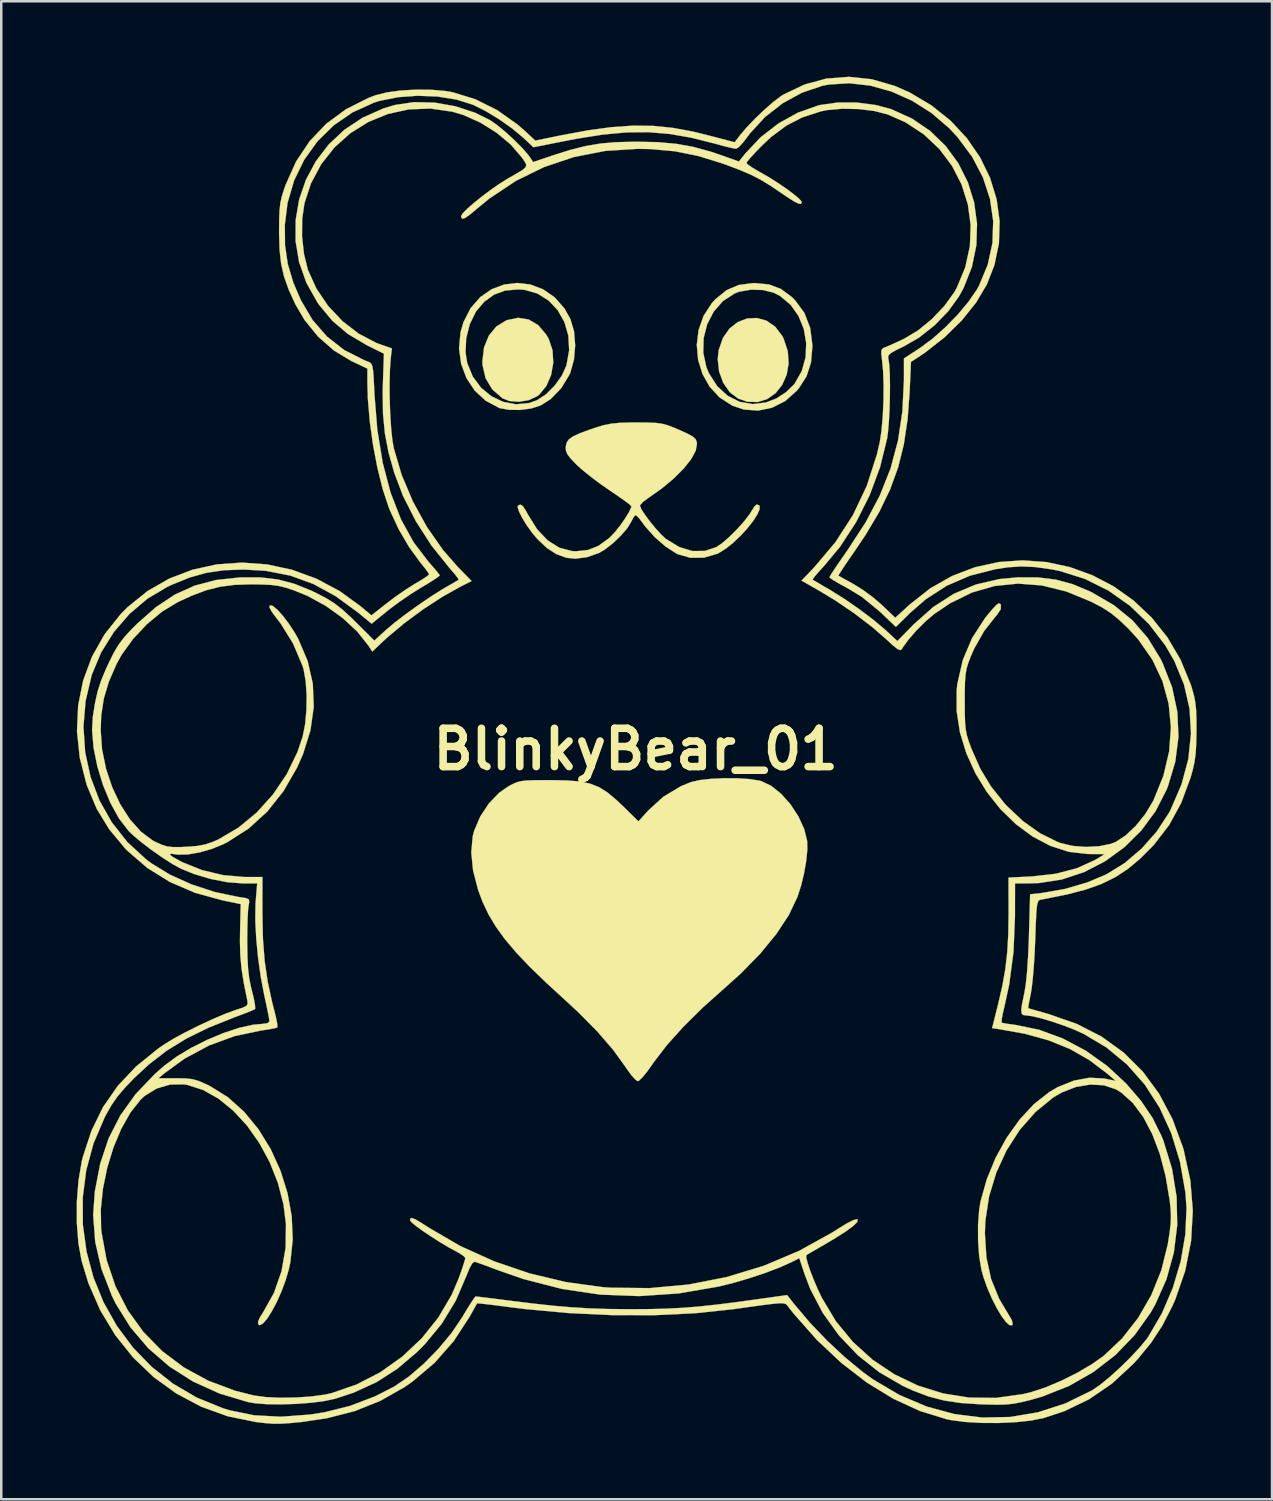
<source format=kicad_pcb>
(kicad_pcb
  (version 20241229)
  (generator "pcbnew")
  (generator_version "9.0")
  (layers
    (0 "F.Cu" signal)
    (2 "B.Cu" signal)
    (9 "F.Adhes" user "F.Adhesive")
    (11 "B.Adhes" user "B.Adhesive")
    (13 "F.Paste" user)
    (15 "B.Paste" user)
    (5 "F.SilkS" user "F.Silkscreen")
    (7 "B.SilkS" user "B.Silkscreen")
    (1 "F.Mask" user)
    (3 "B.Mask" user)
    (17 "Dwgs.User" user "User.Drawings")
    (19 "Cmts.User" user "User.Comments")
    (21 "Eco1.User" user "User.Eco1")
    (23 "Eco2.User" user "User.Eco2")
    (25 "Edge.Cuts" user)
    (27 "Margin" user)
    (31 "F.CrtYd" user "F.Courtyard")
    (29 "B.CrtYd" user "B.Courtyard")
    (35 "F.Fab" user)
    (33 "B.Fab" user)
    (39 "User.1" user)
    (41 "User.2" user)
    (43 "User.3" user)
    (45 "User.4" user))
  (footprint "BlinkyBear_01"
    (layer "F.Cu")
    (at 22.228 26.745)
    (property "Reference" "BlinkyBear_01" (at 0 0 0) (layer "F.SilkS") (effects (font (size 1.524 1.524) (thickness 0.3))))
    (attr through_hole)
    (fp_poly (pts (xy 5.201 -17.044) (xy 5.546 -16.806) (xy 5.83 -16.433) (xy 5.888 -16.318) (xy 6.05 -15.822) (xy 6.083 -15.338) (xy 6.003 -14.887) (xy 5.825 -14.488) (xy 5.565 -14.162) (xy 5.237 -13.929) (xy 4.857 -13.808) (xy 4.441 -13.819) (xy 4.077 -13.944) (xy 3.74 -14.199) (xy 3.482 -14.571) (xy 3.318 -15.022) (xy 3.263 -15.513) (xy 3.301 -15.87) (xy 3.468 -16.353) (xy 3.729 -16.727) (xy 4.059 -16.987) (xy 4.432 -17.13) (xy 4.821 -17.15) (xy 5.201 -17.044)) (stroke (width 0.01) (type solid)) (fill yes) (layer "F.SilkS"))
    (fp_poly (pts (xy -4.253 -17.089) (xy -3.876 -16.865) (xy -3.557 -16.489) (xy -3.454 -16.309) (xy -3.305 -15.859) (xy -3.277 -15.37) (xy -3.362 -14.886) (xy -3.549 -14.45) (xy -3.831 -14.106) (xy -3.915 -14.04) (xy -4.247 -13.884) (xy -4.636 -13.818) (xy -5.016 -13.846) (xy -5.292 -13.953) (xy -5.7 -14.307) (xy -5.968 -14.753) (xy -6.09 -15.276) (xy -6.096 -15.436) (xy -6.029 -15.982) (xy -5.838 -16.45) (xy -5.536 -16.817) (xy -5.136 -17.059) (xy -5.127 -17.063) (xy -4.674 -17.157) (xy -4.253 -17.089)) (stroke (width 0.01) (type solid)) (fill yes) (layer "F.SilkS"))
    (fp_poly (pts (xy -4.182 -18.48) (xy -3.679 -18.289) (xy -3.221 -17.972) (xy -2.83 -17.526) (xy -2.595 -17.107) (xy -2.452 -16.624) (xy -2.405 -16.066) (xy -2.453 -15.498) (xy -2.596 -14.983) (xy -2.635 -14.894) (xy -2.963 -14.355) (xy -3.381 -13.925) (xy -3.776 -13.673) (xy -4.142 -13.554) (xy -4.584 -13.494) (xy -5.028 -13.496) (xy -5.4 -13.564) (xy -5.428 -13.574) (xy -5.962 -13.858) (xy -6.4 -14.262) (xy -6.729 -14.761) (xy -6.941 -15.329) (xy -7.001 -15.773) (xy -6.765 -15.773) (xy -6.697 -15.354) (xy -6.478 -14.821) (xy -6.149 -14.377) (xy -5.735 -14.036) (xy -5.261 -13.812) (xy -4.754 -13.718) (xy -4.239 -13.769) (xy -3.934 -13.875) (xy -3.572 -14.11) (xy -3.224 -14.456) (xy -2.934 -14.861) (xy -2.751 -15.268) (xy -2.645 -15.869) (xy -2.678 -16.45) (xy -2.834 -16.987) (xy -3.1 -17.459) (xy -3.463 -17.845) (xy -3.908 -18.123) (xy -4.421 -18.269) (xy -4.681 -18.287) (xy -5.197 -18.239) (xy -5.63 -18.078) (xy -6.02 -17.798) (xy -6.354 -17.402) (xy -6.598 -16.901) (xy -6.739 -16.342) (xy -6.765 -15.773) (xy -7.001 -15.773) (xy -7.024 -15.94) (xy -6.967 -16.57) (xy -6.848 -16.984) (xy -6.561 -17.544) (xy -6.18 -17.98) (xy -5.729 -18.293) (xy -5.23 -18.481) (xy -4.707 -18.543) (xy -4.182 -18.48)) (stroke (width 0.01) (type solid)) (fill yes) (layer "F.SilkS"))
    (fp_poly (pts (xy 5.302 -18.484) (xy 5.775 -18.306) (xy 6.207 -17.986) (xy 6.338 -17.857) (xy 6.711 -17.349) (xy 6.941 -16.752) (xy 7.027 -16.073) (xy 7.027 -16.014) (xy 6.972 -15.378) (xy 6.797 -14.837) (xy 6.49 -14.354) (xy 6.41 -14.259) (xy 5.949 -13.848) (xy 5.428 -13.583) (xy 4.872 -13.468) (xy 4.304 -13.509) (xy 3.849 -13.662) (xy 3.342 -13.985) (xy 2.943 -14.416) (xy 2.655 -14.927) (xy 2.482 -15.492) (xy 2.458 -15.768) (xy 2.688 -15.768) (xy 2.811 -15.197) (xy 2.915 -14.948) (xy 3.244 -14.437) (xy 3.656 -14.058) (xy 4.13 -13.818) (xy 4.645 -13.727) (xy 5.181 -13.79) (xy 5.593 -13.949) (xy 5.982 -14.201) (xy 6.299 -14.51) (xy 6.325 -14.544) (xy 6.608 -15.045) (xy 6.758 -15.593) (xy 6.781 -16.16) (xy 6.685 -16.715) (xy 6.476 -17.23) (xy 6.162 -17.675) (xy 5.748 -18.021) (xy 5.485 -18.157) (xy 5.062 -18.262) (xy 4.581 -18.275) (xy 4.124 -18.197) (xy 3.937 -18.127) (xy 3.471 -17.823) (xy 3.104 -17.404) (xy 2.844 -16.902) (xy 2.702 -16.346) (xy 2.688 -15.768) (xy 2.458 -15.768) (xy 2.43 -16.084) (xy 2.502 -16.675) (xy 2.703 -17.24) (xy 3.037 -17.751) (xy 3.177 -17.903) (xy 3.615 -18.256) (xy 4.093 -18.461) (xy 4.653 -18.537) (xy 4.741 -18.538) (xy 5.302 -18.484)) (stroke (width 0.01) (type solid)) (fill yes) (layer "F.SilkS"))
    (fp_poly (pts (xy 4.044 1.154) (xy 4.53 1.186) (xy 4.922 1.247) (xy 4.986 1.264) (xy 5.385 1.451) (xy 5.783 1.77) (xy 6.153 2.185) (xy 6.467 2.663) (xy 6.7 3.167) (xy 6.821 3.654) (xy 6.827 3.996) (xy 6.782 4.443) (xy 6.694 4.943) (xy 6.573 5.441) (xy 6.434 5.871) (xy 6.091 6.591) (xy 5.595 7.345) (xy 4.957 8.124) (xy 4.185 8.913) (xy 3.544 9.49) (xy 2.669 10.271) (xy 1.899 11.033) (xy 1.247 11.758) (xy 0.731 12.43) (xy 0.674 12.513) (xy 0.465 12.807) (xy 0.276 13.038) (xy 0.135 13.176) (xy 0.085 13.2) (xy -0.018 13.132) (xy -0.177 12.953) (xy -0.361 12.699) (xy -0.405 12.632) (xy -0.891 11.959) (xy -1.517 11.233) (xy -2.272 10.468) (xy -2.794 9.984) (xy -3.571 9.272) (xy -4.224 8.639) (xy -4.765 8.068) (xy -5.208 7.542) (xy -5.568 7.043) (xy -5.859 6.554) (xy -6.093 6.057) (xy -6.265 5.595) (xy -6.466 4.82) (xy -6.538 4.103) (xy -6.48 3.462) (xy -6.426 3.252) (xy -6.185 2.682) (xy -5.841 2.16) (xy -5.427 1.729) (xy -5.074 1.482) (xy -4.889 1.382) (xy -4.728 1.313) (xy -4.557 1.268) (xy -4.34 1.243) (xy -4.04 1.231) (xy -3.623 1.228) (xy -3.387 1.228) (xy -2.743 1.239) (xy -2.231 1.28) (xy -1.814 1.366) (xy -1.455 1.508) (xy -1.117 1.721) (xy -0.764 2.017) (xy -0.517 2.252) (xy 0.111 2.868) (xy 0.499 2.436) (xy 1.099 1.89) (xy 1.791 1.473) (xy 2.201 1.305) (xy 2.542 1.227) (xy 2.997 1.176) (xy 3.516 1.151) (xy 4.044 1.154)) (stroke (width 0.01) (type solid)) (fill yes) (layer "F.SilkS"))
    (fp_poly (pts (xy 0.482 -12.992) (xy 0.802 -12.978) (xy 1.051 -12.944) (xy 1.278 -12.883) (xy 1.532 -12.786) (xy 1.736 -12.698) (xy 2.065 -12.549) (xy 2.269 -12.437) (xy 2.379 -12.338) (xy 2.427 -12.226) (xy 2.438 -12.148) (xy 2.389 -11.872) (xy 2.207 -11.537) (xy 1.909 -11.161) (xy 1.511 -10.764) (xy 1.03 -10.364) (xy 0.488 -9.983) (xy 0.295 -9.839) (xy 0.183 -9.716) (xy 0.17 -9.682) (xy 0.223 -9.551) (xy 0.361 -9.336) (xy 0.556 -9.073) (xy 0.778 -8.801) (xy 0.996 -8.558) (xy 1.181 -8.382) (xy 1.206 -8.363) (xy 1.733 -8.042) (xy 2.255 -7.883) (xy 2.761 -7.888) (xy 3.206 -8.038) (xy 3.441 -8.197) (xy 3.733 -8.452) (xy 4.042 -8.76) (xy 4.326 -9.079) (xy 4.543 -9.365) (xy 4.617 -9.488) (xy 4.726 -9.658) (xy 4.818 -9.736) (xy 4.823 -9.737) (xy 4.93 -9.684) (xy 4.927 -9.541) (xy 4.832 -9.328) (xy 4.664 -9.067) (xy 4.438 -8.781) (xy 4.172 -8.49) (xy 3.884 -8.216) (xy 3.591 -7.981) (xy 3.311 -7.806) (xy 3.24 -7.772) (xy 2.714 -7.62) (xy 2.179 -7.614) (xy 1.681 -7.754) (xy 1.621 -7.783) (xy 1.192 -8.059) (xy 0.758 -8.436) (xy 0.382 -8.857) (xy 0.296 -8.975) (xy 0.148 -9.172) (xy 0.033 -9.294) (xy -0.001 -9.313) (xy -0.073 -9.244) (xy -0.163 -9.075) (xy -0.169 -9.061) (xy -0.327 -8.8) (xy -0.586 -8.497) (xy -0.9 -8.197) (xy -1.222 -7.944) (xy -1.455 -7.807) (xy -1.93 -7.64) (xy -2.399 -7.577) (xy -2.752 -7.613) (xy -3.161 -7.762) (xy -3.538 -8.009) (xy -3.911 -8.363) (xy -4.127 -8.62) (xy -4.333 -8.91) (xy -4.51 -9.198) (xy -4.637 -9.449) (xy -4.693 -9.626) (xy -4.681 -9.684) (xy -4.586 -9.732) (xy -4.483 -9.665) (xy -4.353 -9.464) (xy -4.285 -9.335) (xy -3.917 -8.745) (xy -3.496 -8.302) (xy -3.03 -8.012) (xy -2.526 -7.881) (xy -2.371 -7.874) (xy -1.9 -7.923) (xy -1.485 -8.086) (xy -1.073 -8.383) (xy -1.017 -8.433) (xy -0.828 -8.632) (xy -0.619 -8.894) (xy -0.422 -9.175) (xy -0.265 -9.431) (xy -0.178 -9.62) (xy -0.17 -9.664) (xy -0.236 -9.73) (xy -0.417 -9.867) (xy -0.686 -10.058) (xy -1.015 -10.281) (xy -1.037 -10.296) (xy -1.43 -10.57) (xy -1.82 -10.864) (xy -2.158 -11.14) (xy -2.355 -11.32) (xy -2.591 -11.567) (xy -2.724 -11.746) (xy -2.778 -11.897) (xy -2.778 -12.043) (xy -2.743 -12.196) (xy -2.655 -12.324) (xy -2.49 -12.442) (xy -2.223 -12.566) (xy -1.829 -12.711) (xy -1.566 -12.8) (xy -1.26 -12.891) (xy -0.965 -12.949) (xy -0.629 -12.981) (xy -0.2 -12.994) (xy 0.042 -12.995) (xy 0.482 -12.992)) (stroke (width 0.01) (type solid)) (fill yes) (layer "F.SilkS"))
    (fp_poly (pts (xy 9.385 -26.644) (xy 10.297 -26.381) (xy 10.88 -26.126) (xy 11.755 -25.61) (xy 12.521 -24.997) (xy 13.169 -24.302) (xy 13.695 -23.539) (xy 14.091 -22.725) (xy 14.353 -21.873) (xy 14.473 -21) (xy 14.446 -20.12) (xy 14.265 -19.249) (xy 13.965 -18.484) (xy 13.537 -17.763) (xy 12.968 -17.053) (xy 12.282 -16.38) (xy 11.509 -15.774) (xy 11.295 -15.63) (xy 10.948 -15.404) (xy 10.896 -14.242) (xy 10.815 -13.132) (xy 10.666 -12.133) (xy 10.437 -11.21) (xy 10.116 -10.327) (xy 9.69 -9.445) (xy 9.146 -8.53) (xy 8.681 -7.839) (xy 8.446 -7.499) (xy 8.253 -7.213) (xy 8.119 -7.007) (xy 8.062 -6.908) (xy 8.062 -6.903) (xy 8.142 -6.858) (xy 8.333 -6.751) (xy 8.599 -6.605) (xy 8.678 -6.561) (xy 9.042 -6.333) (xy 9.438 -6.041) (xy 9.782 -5.746) (xy 9.797 -5.732) (xy 10.323 -5.229) (xy 10.898 -5.755) (xy 11.716 -6.4) (xy 12.589 -6.894) (xy 13.501 -7.241) (xy 14.438 -7.445) (xy 15.386 -7.512) (xy 16.332 -7.444) (xy 17.26 -7.246) (xy 18.156 -6.923) (xy 19.006 -6.479) (xy 19.797 -5.917) (xy 20.513 -5.242) (xy 21.14 -4.458) (xy 21.664 -3.57) (xy 22.071 -2.581) (xy 22.111 -2.455) (xy 22.198 -2.15) (xy 22.255 -1.866) (xy 22.288 -1.553) (xy 22.301 -1.163) (xy 22.301 -0.72) (xy 22.291 -0.214) (xy 22.268 0.177) (xy 22.223 0.508) (xy 22.15 0.834) (xy 22.063 1.139) (xy 21.694 2.133) (xy 21.218 3.007) (xy 20.626 3.778) (xy 20.548 3.863) (xy 20.06 4.352) (xy 19.579 4.754) (xy 19.078 5.084) (xy 18.526 5.355) (xy 17.896 5.58) (xy 17.159 5.773) (xy 16.286 5.948) (xy 16.12 5.978) (xy 16.057 5.996) (xy 16.009 6.041) (xy 15.974 6.137) (xy 15.949 6.306) (xy 15.929 6.571) (xy 15.911 6.957) (xy 15.892 7.487) (xy 15.89 7.555) (xy 15.866 8.1) (xy 15.833 8.633) (xy 15.792 9.112) (xy 15.749 9.495) (xy 15.717 9.694) (xy 15.659 9.985) (xy 15.62 10.2) (xy 15.608 10.295) (xy 15.608 10.297) (xy 15.69 10.322) (xy 15.899 10.382) (xy 16.2 10.467) (xy 16.425 10.531) (xy 17.535 10.918) (xy 18.529 11.428) (xy 19.406 12.062) (xy 20.168 12.819) (xy 20.815 13.7) (xy 21.346 14.705) (xy 21.763 15.835) (xy 21.794 15.943) (xy 22.058 17.147) (xy 22.156 18.354) (xy 22.087 19.554) (xy 21.855 20.732) (xy 21.459 21.879) (xy 21.335 22.157) (xy 20.94 22.924) (xy 20.502 23.594) (xy 19.973 24.239) (xy 19.77 24.458) (xy 18.934 25.23) (xy 18.029 25.849) (xy 17.043 26.324) (xy 16.214 26.597) (xy 15.714 26.696) (xy 15.099 26.761) (xy 14.42 26.792) (xy 13.729 26.788) (xy 13.076 26.748) (xy 12.512 26.672) (xy 12.366 26.641) (xy 11.3 26.313) (xy 10.238 25.824) (xy 9.193 25.184) (xy 8.177 24.401) (xy 7.202 23.484) (xy 6.282 22.442) (xy 6.117 22.234) (xy 6.06 22.156) (xy 6.013 22.096) (xy 5.954 22.055) (xy 5.863 22.033) (xy 5.718 22.031) (xy 5.5 22.049) (xy 5.186 22.086) (xy 4.756 22.144) (xy 4.19 22.223) (xy 3.852 22.27) (xy 2.358 22.428) (xy 0.751 22.505) (xy -0.935 22.503) (xy -2.664 22.421) (xy -4.4 22.261) (xy -5.073 22.177) (xy -5.505 22.12) (xy -5.872 22.075) (xy -6.143 22.045) (xy -6.29 22.033) (xy -6.307 22.034) (xy -6.351 22.113) (xy -6.456 22.3) (xy -6.597 22.556) (xy -6.601 22.562) (xy -7.237 23.537) (xy -8 24.403) (xy -8.883 25.15) (xy -9.205 25.373) (xy -10.154 25.911) (xy -11.173 26.319) (xy -12.283 26.604) (xy -13.293 26.753) (xy -13.756 26.797) (xy -14.11 26.82) (xy -14.413 26.82) (xy -14.724 26.798) (xy -15.102 26.753) (xy -15.115 26.751) (xy -16.227 26.523) (xy -17.281 26.142) (xy -18.266 25.619) (xy -19.17 24.965) (xy -19.983 24.189) (xy -20.693 23.301) (xy -21.289 22.313) (xy -21.761 21.235) (xy -22.033 20.346) (xy -22.161 19.639) (xy -22.223 18.833) (xy -22.222 17.986) (xy -22.209 17.825) (xy -21.988 17.825) (xy -21.983 18.906) (xy -21.838 19.971) (xy -21.561 21.006) (xy -21.158 21.996) (xy -20.634 22.927) (xy -19.995 23.786) (xy -19.248 24.557) (xy -18.399 25.227) (xy -17.453 25.781) (xy -16.418 26.204) (xy -16.155 26.285) (xy -15.172 26.486) (xy -14.1 26.542) (xy -12.939 26.455) (xy -12.376 26.366) (xy -11.365 26.114) (xy -10.363 25.732) (xy -9.603 25.344) (xy -9.025 24.95) (xy -8.426 24.437) (xy -7.846 23.844) (xy -7.322 23.213) (xy -6.894 22.581) (xy -6.87 22.54) (xy -6.679 22.221) (xy -6.517 21.965) (xy -6.404 21.802) (xy -6.362 21.76) (xy -6.263 21.77) (xy -6.027 21.799) (xy -5.684 21.841) (xy -5.265 21.895) (xy -5.038 21.924) (xy -4.093 22.04) (xy -3.27 22.129) (xy -2.522 22.193) (xy -1.805 22.235) (xy -1.074 22.259) (xy -0.282 22.267) (xy -0.163 22.267) (xy 0.574 22.262) (xy 1.24 22.244) (xy 1.875 22.211) (xy 2.522 22.159) (xy 3.222 22.084) (xy 4.017 21.984) (xy 4.671 21.894) (xy 6.021 21.705) (xy 6.292 22.049) (xy 6.911 22.783) (xy 7.6 23.505) (xy 8.32 24.177) (xy 9.028 24.761) (xy 9.44 25.059) (xy 10.491 25.679) (xy 11.573 26.138) (xy 12.675 26.437) (xy 13.788 26.575) (xy 14.899 26.552) (xy 15.999 26.366) (xy 17.077 26.018) (xy 18.123 25.507) (xy 18.185 25.47) (xy 18.49 25.258) (xy 18.864 24.95) (xy 19.27 24.582) (xy 19.671 24.188) (xy 20.03 23.804) (xy 20.309 23.467) (xy 20.384 23.363) (xy 20.928 22.429) (xy 21.361 21.418) (xy 21.674 20.362) (xy 21.858 19.295) (xy 21.905 18.251) (xy 21.862 17.632) (xy 21.646 16.404) (xy 21.302 15.275) (xy 20.834 14.251) (xy 20.245 13.336) (xy 19.539 12.536) (xy 18.719 11.857) (xy 17.804 11.313) (xy 17.442 11.15) (xy 17.015 10.985) (xy 16.567 10.831) (xy 16.141 10.704) (xy 15.781 10.617) (xy 15.532 10.583) (xy 15.527 10.583) (xy 15.411 10.569) (xy 15.347 10.508) (xy 15.333 10.371) (xy 15.365 10.131) (xy 15.443 9.759) (xy 15.457 9.694) (xy 15.513 9.354) (xy 15.562 8.871) (xy 15.603 8.272) (xy 15.633 7.586) (xy 15.638 7.434) (xy 15.686 5.767) (xy 16.162 5.714) (xy 17.067 5.556) (xy 17.959 5.295) (xy 18.711 4.978) (xy 19.439 4.531) (xy 20.12 3.95) (xy 20.722 3.27) (xy 21.21 2.525) (xy 21.271 2.41) (xy 21.706 1.399) (xy 21.977 0.387) (xy 22.083 -0.618) (xy 22.026 -1.609) (xy 21.805 -2.575) (xy 21.421 -3.51) (xy 21.061 -4.131) (xy 20.412 -4.978) (xy 19.653 -5.708) (xy 18.8 -6.31) (xy 17.871 -6.772) (xy 16.882 -7.085) (xy 16.542 -7.154) (xy 15.905 -7.244) (xy 15.349 -7.272) (xy 14.799 -7.235) (xy 14.309 -7.161) (xy 13.293 -6.902) (xy 12.372 -6.504) (xy 11.534 -5.963) (xy 10.919 -5.428) (xy 10.347 -4.865) (xy 9.724 -5.461) (xy 9.003 -6.054) (xy 8.403 -6.419) (xy 8.099 -6.583) (xy 7.862 -6.722) (xy 7.726 -6.816) (xy 7.706 -6.841) (xy 7.753 -6.928) (xy 7.881 -7.126) (xy 8.073 -7.41) (xy 8.312 -7.755) (xy 8.425 -7.916) (xy 9.143 -9.019) (xy 9.711 -10.095) (xy 10.138 -11.171) (xy 10.433 -12.277) (xy 10.607 -13.441) (xy 10.668 -14.694) (xy 10.668 -14.795) (xy 10.668 -15.541) (xy 11.313 -15.962) (xy 11.81 -16.33) (xy 12.321 -16.786) (xy 12.81 -17.288) (xy 13.238 -17.8) (xy 13.568 -18.279) (xy 13.648 -18.421) (xy 13.999 -19.264) (xy 14.188 -20.132) (xy 14.217 -21.01) (xy 14.09 -21.886) (xy 13.808 -22.743) (xy 13.374 -23.57) (xy 12.791 -24.351) (xy 12.469 -24.696) (xy 11.766 -25.3) (xy 10.993 -25.789) (xy 10.173 -26.155) (xy 9.332 -26.39) (xy 8.492 -26.485) (xy 7.68 -26.433) (xy 7.418 -26.381) (xy 6.611 -26.108) (xy 5.843 -25.688) (xy 5.145 -25.143) (xy 4.549 -24.495) (xy 4.445 -24.354) (xy 4.26 -24.116) (xy 4.099 -23.945) (xy 3.996 -23.878) (xy 3.995 -23.878) (xy 3.868 -23.899) (xy 3.622 -23.957) (xy 3.301 -24.042) (xy 3.149 -24.084) (xy 2.226 -24.316) (xy 1.359 -24.467) (xy 0.507 -24.538) (xy -0.368 -24.53) (xy -1.304 -24.443) (xy -2.34 -24.279) (xy -2.689 -24.212) (xy -4.066 -23.94) (xy -4.483 -24.329) (xy -4.912 -24.687) (xy -5.427 -25.05) (xy -5.962 -25.376) (xy -6.453 -25.622) (xy -6.479 -25.633) (xy -7.132 -25.837) (xy -7.88 -25.956) (xy -8.671 -25.987) (xy -9.454 -25.93) (xy -10.178 -25.785) (xy -10.412 -25.711) (xy -11.256 -25.328) (xy -12.006 -24.812) (xy -12.65 -24.18) (xy -13.179 -23.445) (xy -13.58 -22.625) (xy -13.842 -21.734) (xy -13.951 -20.859) (xy -13.944 -20.049) (xy -13.835 -19.299) (xy -13.613 -18.553) (xy -13.317 -17.865) (xy -12.851 -17.073) (xy -12.275 -16.41) (xy -11.59 -15.876) (xy -10.795 -15.472) (xy -10.66 -15.42) (xy -10.574 -15.384) (xy -10.513 -15.33) (xy -10.471 -15.233) (xy -10.442 -15.063) (xy -10.42 -14.794) (xy -10.4 -14.397) (xy -10.388 -14.125) (xy -10.273 -12.697) (xy -10.059 -11.39) (xy -9.747 -10.208) (xy -9.338 -9.155) (xy -8.834 -8.235) (xy -8.237 -7.453) (xy -8.236 -7.452) (xy -8.026 -7.214) (xy -7.869 -7.026) (xy -7.793 -6.921) (xy -7.789 -6.911) (xy -7.858 -6.852) (xy -8.042 -6.728) (xy -8.311 -6.56) (xy -8.53 -6.43) (xy -8.942 -6.172) (xy -9.387 -5.868) (xy -9.785 -5.573) (xy -9.885 -5.493) (xy -10.5 -4.992) (xy -11.042 -5.438) (xy -11.925 -6.085) (xy -12.814 -6.571) (xy -13.731 -6.905) (xy -14.696 -7.094) (xy -15.579 -7.147) (xy -16.365 -7.119) (xy -17.061 -7.019) (xy -17.732 -6.831) (xy -18.444 -6.542) (xy -18.621 -6.459) (xy -19.412 -5.99) (xy -20.128 -5.384) (xy -20.748 -4.666) (xy -21.252 -3.858) (xy -21.62 -2.984) (xy -21.634 -2.94) (xy -21.875 -1.918) (xy -21.959 -0.893) (xy -21.891 0.12) (xy -21.677 1.102) (xy -21.323 2.036) (xy -20.833 2.904) (xy -20.215 3.69) (xy -19.472 4.375) (xy -19.248 4.542) (xy -18.512 4.99) (xy -17.663 5.373) (xy -16.753 5.672) (xy -15.832 5.867) (xy -15.73 5.882) (xy -15.491 5.92) (xy -15.382 5.971) (xy -15.365 6.073) (xy -15.391 6.207) (xy -15.413 6.388) (xy -15.43 6.7) (xy -15.442 7.102) (xy -15.446 7.557) (xy -15.446 7.705) (xy -15.437 8.271) (xy -15.414 8.714) (xy -15.372 9.082) (xy -15.307 9.419) (xy -15.259 9.609) (xy -15.182 9.925) (xy -15.137 10.175) (xy -15.13 10.318) (xy -15.138 10.334) (xy -15.239 10.382) (xy -15.461 10.472) (xy -15.767 10.589) (xy -15.96 10.661) (xy -16.98 11.069) (xy -17.865 11.504) (xy -18.647 11.985) (xy -19.359 12.534) (xy -19.942 13.076) (xy -20.322 13.471) (xy -20.609 13.812) (xy -20.843 14.149) (xy -21.063 14.536) (xy -21.112 14.63) (xy -21.559 15.673) (xy -21.849 16.743) (xy -21.988 17.825) (xy -22.209 17.825) (xy -22.156 17.153) (xy -22.028 16.392) (xy -21.984 16.214) (xy -21.64 15.168) (xy -21.181 14.23) (xy -20.595 13.386) (xy -19.871 12.618) (xy -18.997 11.909) (xy -18.767 11.749) (xy -18.4 11.523) (xy -17.923 11.264) (xy -17.387 10.995) (xy -16.841 10.741) (xy -16.334 10.525) (xy -15.918 10.372) (xy -15.889 10.363) (xy -15.618 10.274) (xy -15.476 10.203) (xy -15.429 10.117) (xy -15.444 9.985) (xy -15.451 9.952) (xy -15.585 9.285) (xy -15.674 8.719) (xy -15.722 8.192) (xy -15.737 7.643) (xy -15.732 7.248) (xy -15.706 6.157) (xy -16.425 6.01) (xy -17.518 5.71) (xy -18.521 5.278) (xy -19.423 4.718) (xy -20.213 4.036) (xy -20.298 3.949) (xy -20.939 3.179) (xy -21.437 2.359) (xy -21.819 1.446) (xy -21.837 1.393) (xy -22.107 0.338) (xy -22.217 -0.712) (xy -22.171 -1.74) (xy -21.971 -2.735) (xy -21.621 -3.68) (xy -21.124 -4.563) (xy -20.484 -5.368) (xy -20.201 -5.654) (xy -19.412 -6.291) (xy -18.547 -6.786) (xy -17.623 -7.14) (xy -16.656 -7.352) (xy -15.662 -7.423) (xy -14.66 -7.351) (xy -13.665 -7.138) (xy -12.694 -6.783) (xy -11.765 -6.287) (xy -10.927 -5.677) (xy -10.507 -5.325) (xy -9.884 -5.816) (xy -9.53 -6.082) (xy -9.147 -6.347) (xy -8.807 -6.563) (xy -8.737 -6.604) (xy -8.48 -6.757) (xy -8.293 -6.881) (xy -8.214 -6.952) (xy -8.214 -6.955) (xy -8.263 -7.043) (xy -8.394 -7.219) (xy -8.557 -7.42) (xy -9.008 -8.037) (xy -9.428 -8.758) (xy -9.78 -9.518) (xy -9.82 -9.621) (xy -10.06 -10.347) (xy -10.271 -11.193) (xy -10.445 -12.109) (xy -10.575 -13.046) (xy -10.651 -13.956) (xy -10.668 -14.568) (xy -10.668 -15.137) (xy -11.313 -15.443) (xy -12.002 -15.858) (xy -12.63 -16.411) (xy -13.168 -17.071) (xy -13.533 -17.695) (xy -13.796 -18.273) (xy -13.98 -18.787) (xy -14.097 -19.293) (xy -14.16 -19.847) (xy -14.18 -20.505) (xy -14.18 -20.616) (xy -14.176 -21.089) (xy -14.161 -21.441) (xy -14.129 -21.722) (xy -14.071 -21.981) (xy -13.982 -22.268) (xy -13.919 -22.447) (xy -13.507 -23.367) (xy -12.966 -24.178) (xy -12.303 -24.874) (xy -11.523 -25.449) (xy -10.63 -25.899) (xy -10.353 -26.005) (xy -9.907 -26.118) (xy -9.351 -26.195) (xy -8.736 -26.231) (xy -8.119 -26.225) (xy -7.552 -26.175) (xy -7.289 -26.13) (xy -6.383 -25.852) (xy -5.51 -25.418) (xy -4.692 -24.839) (xy -4.388 -24.573) (xy -3.993 -24.204) (xy -2.949 -24.417) (xy -1.891 -24.613) (xy -0.954 -24.74) (xy -0.104 -24.799) (xy 0.694 -24.789) (xy 1.474 -24.711) (xy 2.269 -24.565) (xy 2.794 -24.437) (xy 3.937 -24.138) (xy 4.144 -24.409) (xy 4.413 -24.728) (xy 4.752 -25.082) (xy 5.121 -25.434) (xy 5.479 -25.745) (xy 5.785 -25.977) (xy 5.874 -26.034) (xy 6.717 -26.435) (xy 7.588 -26.671) (xy 8.48 -26.74) (xy 9.385 -26.644)) (stroke (width 0.01) (type solid)) (fill yes) (layer "F.SilkS"))
    (fp_poly (pts (xy -7.999 -25.715) (xy -7.175 -25.571) (xy -6.382 -25.311) (xy -5.791 -25.018) (xy -5.517 -24.828) (xy -5.184 -24.554) (xy -4.837 -24.236) (xy -4.519 -23.918) (xy -4.277 -23.641) (xy -4.211 -23.55) (xy -4.078 -23.351) (xy -3.314 -23.609) (xy -2.615 -23.83) (xy -2.001 -23.986) (xy -1.412 -24.086) (xy -0.786 -24.141) (xy -0.062 -24.16) (xy 0.042 -24.16) (xy 0.879 -24.142) (xy 1.607 -24.077) (xy 2.283 -23.956) (xy 2.966 -23.77) (xy 3.429 -23.614) (xy 4.106 -23.372) (xy 4.357 -23.687) (xy 4.969 -24.337) (xy 5.68 -24.888) (xy 6.456 -25.317) (xy 7.262 -25.601) (xy 7.334 -25.619) (xy 8.032 -25.718) (xy 8.795 -25.717) (xy 9.552 -25.619) (xy 10.158 -25.456) (xy 10.988 -25.081) (xy 11.715 -24.585) (xy 12.332 -23.985) (xy 12.833 -23.298) (xy 13.211 -22.543) (xy 13.461 -21.737) (xy 13.575 -20.897) (xy 13.548 -20.04) (xy 13.373 -19.186) (xy 13.043 -18.35) (xy 12.868 -18.028) (xy 12.436 -17.425) (xy 11.884 -16.856) (xy 11.263 -16.366) (xy 10.671 -16.025) (xy 10.349 -15.869) (xy 10.154 -15.758) (xy 10.06 -15.67) (xy 10.039 -15.58) (xy 10.055 -15.495) (xy 10.087 -15.275) (xy 10.106 -14.926) (xy 10.113 -14.487) (xy 10.109 -13.997) (xy 10.094 -13.497) (xy 10.069 -13.025) (xy 10.035 -12.621) (xy 9.999 -12.361) (xy 9.72 -11.221) (xy 9.303 -10.099) (xy 8.766 -9.03) (xy 8.125 -8.05) (xy 7.508 -7.308) (xy 7.286 -7.065) (xy 7.122 -6.873) (xy 7.04 -6.761) (xy 7.037 -6.745) (xy 7.12 -6.694) (xy 7.314 -6.58) (xy 7.583 -6.422) (xy 7.705 -6.352) (xy 8.281 -5.993) (xy 8.88 -5.58) (xy 9.446 -5.153) (xy 9.925 -4.751) (xy 10.007 -4.675) (xy 10.406 -4.302) (xy 11.066 -4.975) (xy 11.838 -5.66) (xy 12.656 -6.184) (xy 13.532 -6.552) (xy 14.475 -6.77) (xy 15.198 -6.836) (xy 15.999 -6.833) (xy 16.705 -6.747) (xy 17.372 -6.567) (xy 18.06 -6.279) (xy 18.161 -6.229) (xy 19.025 -5.724) (xy 19.753 -5.129) (xy 20.362 -4.428) (xy 20.867 -3.603) (xy 20.954 -3.429) (xy 21.332 -2.462) (xy 21.542 -1.481) (xy 21.585 -0.493) (xy 21.459 0.496) (xy 21.165 1.476) (xy 21.112 1.609) (xy 20.675 2.461) (xy 20.109 3.228) (xy 19.434 3.897) (xy 18.669 4.453) (xy 17.834 4.885) (xy 16.947 5.179) (xy 16.029 5.321) (xy 15.692 5.333) (xy 15.086 5.334) (xy 15.084 6.625) (xy 15.026 8.048) (xy 14.853 9.365) (xy 14.665 10.227) (xy 14.595 10.526) (xy 14.555 10.753) (xy 14.552 10.868) (xy 14.556 10.873) (xy 14.66 10.897) (xy 14.881 10.932) (xy 15.11 10.962) (xy 16.049 11.156) (xy 16.987 11.502) (xy 17.897 11.986) (xy 18.75 12.593) (xy 19.506 13.295) (xy 20.097 13.982) (xy 20.555 14.661) (xy 20.909 15.376) (xy 20.986 15.566) (xy 21.329 16.682) (xy 21.512 17.805) (xy 21.536 18.921) (xy 21.401 20.016) (xy 21.108 21.075) (xy 20.659 22.085) (xy 20.477 22.405) (xy 19.841 23.297) (xy 19.078 24.088) (xy 18.201 24.766) (xy 17.227 25.321) (xy 16.169 25.741) (xy 15.706 25.874) (xy 15.335 25.965) (xy 15.027 26.024) (xy 14.73 26.056) (xy 14.392 26.065) (xy 13.962 26.057) (xy 13.716 26.049) (xy 12.94 25.998) (xy 12.274 25.9) (xy 11.661 25.741) (xy 11.043 25.509) (xy 10.626 25.318) (xy 9.689 24.775) (xy 8.834 24.097) (xy 8.079 23.304) (xy 7.441 22.416) (xy 6.939 21.455) (xy 6.725 20.893) (xy 6.506 20.238) (xy 6.195 20.396) (xy 5.738 20.602) (xy 5.165 20.82) (xy 4.529 21.032) (xy 3.882 21.222) (xy 3.302 21.366) (xy 1.709 21.64) (xy 0.142 21.746) (xy -1.405 21.687) (xy -2.942 21.459) (xy -4.475 21.064) (xy -5.54 20.692) (xy -5.881 20.562) (xy -6.169 20.458) (xy -6.363 20.392) (xy -6.416 20.379) (xy -6.499 20.445) (xy -6.608 20.64) (xy -6.719 20.913) (xy -7.156 21.931) (xy -7.708 22.841) (xy -8.396 23.671) (xy -8.69 23.966) (xy -9.479 24.637) (xy -10.306 25.168) (xy -11.213 25.584) (xy -11.944 25.826) (xy -12.368 25.917) (xy -12.901 25.987) (xy -13.494 26.032) (xy -14.099 26.052) (xy -14.667 26.044) (xy -15.15 26.006) (xy -15.409 25.962) (xy -16.559 25.616) (xy -17.609 25.139) (xy -18.552 24.538) (xy -19.383 23.818) (xy -20.093 22.984) (xy -20.678 22.041) (xy -20.823 21.747) (xy -21.242 20.672) (xy -21.491 19.596) (xy -21.573 18.517) (xy -21.508 17.592) (xy -21.293 16.477) (xy -20.957 15.472) (xy -20.49 14.556) (xy -19.882 13.71) (xy -19.121 12.914) (xy -18.75 12.588) (xy -18.255 12.223) (xy -17.673 11.873) (xy -17.039 11.555) (xy -16.393 11.285) (xy -15.772 11.08) (xy -15.214 10.954) (xy -14.845 10.922) (xy -14.641 10.893) (xy -14.563 10.817) (xy -14.563 10.816) (xy -14.58 10.694) (xy -14.628 10.445) (xy -14.698 10.108) (xy -14.77 9.778) (xy -14.907 9.063) (xy -15.015 8.296) (xy -15.089 7.528) (xy -15.126 6.808) (xy -15.119 6.186) (xy -15.109 6.035) (xy -15.051 5.334) (xy -15.64 5.334) (xy -16.237 5.287) (xy -16.902 5.157) (xy -17.566 4.959) (xy -18.076 4.753) (xy -18.413 4.569) (xy -18.823 4.306) (xy -19.259 3.999) (xy -19.673 3.684) (xy -20.015 3.394) (xy -20.166 3.246) (xy -20.546 2.752) (xy -20.888 2.132) (xy -21.18 1.428) (xy -21.407 0.683) (xy -21.557 -0.061) (xy -21.617 -0.762) (xy -21.617 -0.762) (xy -21.274 -0.762) (xy -21.219 0.009) (xy -21.062 0.775) (xy -20.816 1.512) (xy -20.494 2.192) (xy -20.109 2.79) (xy -19.674 3.277) (xy -19.202 3.629) (xy -19.099 3.683) (xy -18.849 3.797) (xy -18.636 3.863) (xy -18.402 3.89) (xy -18.087 3.889) (xy -17.884 3.88) (xy -17.454 3.847) (xy -17.119 3.786) (xy -16.807 3.68) (xy -16.593 3.585) (xy -15.8 3.12) (xy -15.069 2.516) (xy -14.421 1.797) (xy -13.874 0.987) (xy -13.45 0.112) (xy -13.24 -0.511) (xy -13.144 -1) (xy -13.092 -1.566) (xy -13.085 -2.154) (xy -13.122 -2.708) (xy -13.204 -3.174) (xy -13.242 -3.302) (xy -13.627 -4.212) (xy -14.121 -5.007) (xy -14.26 -5.185) (xy -14.473 -5.468) (xy -14.565 -5.646) (xy -14.547 -5.725) (xy -14.434 -5.702) (xy -14.258 -5.559) (xy -14.043 -5.323) (xy -13.811 -5.021) (xy -13.584 -4.679) (xy -13.419 -4.39) (xy -13.044 -3.508) (xy -12.839 -2.608) (xy -12.801 -1.69) (xy -12.932 -0.753) (xy -13.231 0.201) (xy -13.46 0.72) (xy -14.003 1.663) (xy -14.647 2.475) (xy -15.389 3.152) (xy -16.227 3.689) (xy -16.383 3.769) (xy -16.846 3.96) (xy -17.337 4.101) (xy -17.803 4.182) (xy -18.194 4.191) (xy -18.295 4.177) (xy -18.488 4.153) (xy -18.523 4.19) (xy -18.401 4.286) (xy -18.123 4.442) (xy -18.025 4.492) (xy -17.244 4.806) (xy -16.394 5.008) (xy -15.546 5.08) (xy -15.536 5.08) (xy -14.842 5.08) (xy -14.843 6.54) (xy -14.822 7.53) (xy -14.755 8.411) (xy -14.634 9.24) (xy -14.453 10.074) (xy -14.38 10.354) (xy -14.303 10.666) (xy -14.255 10.911) (xy -14.244 11.047) (xy -14.249 11.06) (xy -14.35 11.093) (xy -14.572 11.136) (xy -14.867 11.18) (xy -14.873 11.18) (xy -15.935 11.402) (xy -16.967 11.78) (xy -17.939 12.302) (xy -18.739 12.884) (xy -18.978 13.084) (xy -18.269 13.082) (xy -17.894 13.089) (xy -17.616 13.121) (xy -17.362 13.196) (xy -17.059 13.33) (xy -16.929 13.393) (xy -16.215 13.837) (xy -15.568 14.418) (xy -14.998 15.113) (xy -14.514 15.899) (xy -14.126 16.753) (xy -13.844 17.652) (xy -13.678 18.575) (xy -13.637 19.497) (xy -13.732 20.397) (xy -13.8 20.709) (xy -13.929 21.141) (xy -14.092 21.576) (xy -14.276 21.987) (xy -14.467 22.349) (xy -14.651 22.64) (xy -14.816 22.832) (xy -14.947 22.903) (xy -14.999 22.881) (xy -15.021 22.772) (xy -14.935 22.578) (xy -14.82 22.4) (xy -14.384 21.619) (xy -14.083 20.757) (xy -13.922 19.837) (xy -13.907 18.885) (xy -14.005 18.099) (xy -14.229 17.238) (xy -14.555 16.417) (xy -14.968 15.655) (xy -15.453 14.969) (xy -15.996 14.378) (xy -16.583 13.899) (xy -17.198 13.55) (xy -17.826 13.348) (xy -17.96 13.326) (xy -18.509 13.333) (xy -19.045 13.49) (xy -19.521 13.781) (xy -19.681 13.928) (xy -20.091 14.446) (xy -20.456 15.094) (xy -20.768 15.838) (xy -21.014 16.643) (xy -21.184 17.472) (xy -21.269 18.291) (xy -21.257 19.065) (xy -21.245 19.186) (xy -21.039 20.309) (xy -20.687 21.353) (xy -20.196 22.311) (xy -19.574 23.173) (xy -18.829 23.933) (xy -17.967 24.581) (xy -16.997 25.11) (xy -15.927 25.51) (xy -15.186 25.697) (xy -14.716 25.761) (xy -14.139 25.788) (xy -13.514 25.779) (xy -12.901 25.737) (xy -12.358 25.663) (xy -12.107 25.609) (xy -11.102 25.263) (xy -10.155 24.774) (xy -9.285 24.156) (xy -8.51 23.426) (xy -7.848 22.601) (xy -7.316 21.696) (xy -7.036 21.038) (xy -6.92 20.709) (xy -6.83 20.439) (xy -6.78 20.267) (xy -6.773 20.233) (xy -6.842 20.152) (xy -7.018 20.034) (xy -7.133 19.972) (xy -7.44 19.805) (xy -7.783 19.601) (xy -8.131 19.379) (xy -8.455 19.161) (xy -8.724 18.967) (xy -8.907 18.817) (xy -8.974 18.733) (xy -8.957 18.656) (xy -8.889 18.642) (xy -8.748 18.701) (xy -8.511 18.84) (xy -8.204 19.038) (xy -6.966 19.758) (xy -5.626 20.363) (xy -4.215 20.844) (xy -2.767 21.189) (xy -1.313 21.389) (xy -1.01 21.411) (xy 0.552 21.428) (xy 2.1 21.286) (xy 3.618 20.989) (xy 5.089 20.542) (xy 6.495 19.949) (xy 7.821 19.214) (xy 8.013 19.092) (xy 8.396 18.855) (xy 8.664 18.72) (xy 8.81 18.689) (xy 8.826 18.698) (xy 8.815 18.796) (xy 8.651 18.959) (xy 8.335 19.189) (xy 7.864 19.486) (xy 7.506 19.697) (xy 7.204 19.872) (xy 6.962 20.013) (xy 6.815 20.1) (xy 6.787 20.117) (xy 6.783 20.215) (xy 6.839 20.433) (xy 6.941 20.736) (xy 7.079 21.092) (xy 7.238 21.465) (xy 7.403 21.814) (xy 7.962 22.747) (xy 8.64 23.57) (xy 9.42 24.275) (xy 10.288 24.856) (xy 11.227 25.305) (xy 12.223 25.616) (xy 13.259 25.781) (xy 14.319 25.794) (xy 15.389 25.646) (xy 15.706 25.571) (xy 16.283 25.383) (xy 16.921 25.114) (xy 17.563 24.793) (xy 18.151 24.448) (xy 18.605 24.127) (xy 19.341 23.432) (xy 19.979 22.616) (xy 20.505 21.705) (xy 20.902 20.724) (xy 21.157 19.7) (xy 21.159 19.685) (xy 21.233 19.224) (xy 21.274 18.871) (xy 21.286 18.571) (xy 21.271 18.266) (xy 21.237 17.949) (xy 21.075 16.979) (xy 20.841 16.089) (xy 20.54 15.297) (xy 20.18 14.617) (xy 19.77 14.065) (xy 19.316 13.656) (xy 19.096 13.521) (xy 18.62 13.362) (xy 18.078 13.333) (xy 17.507 13.43) (xy 16.942 13.649) (xy 16.607 13.846) (xy 15.895 14.428) (xy 15.272 15.137) (xy 14.749 15.949) (xy 14.339 16.84) (xy 14.053 17.785) (xy 13.905 18.76) (xy 13.887 19.257) (xy 13.948 20.209) (xy 14.134 21.065) (xy 14.453 21.85) (xy 14.802 22.436) (xy 14.96 22.703) (xy 14.996 22.864) (xy 14.976 22.902) (xy 14.87 22.904) (xy 14.722 22.773) (xy 14.544 22.533) (xy 14.353 22.211) (xy 14.161 21.832) (xy 13.984 21.422) (xy 13.835 21.006) (xy 13.75 20.701) (xy 13.661 20.172) (xy 13.616 19.551) (xy 13.615 18.908) (xy 13.66 18.313) (xy 13.712 17.992) (xy 13.961 17.101) (xy 14.315 16.244) (xy 14.756 15.443) (xy 15.269 14.725) (xy 15.837 14.113) (xy 16.444 13.633) (xy 16.785 13.434) (xy 17.43 13.176) (xy 18.054 13.061) (xy 18.629 13.093) (xy 18.643 13.095) (xy 19.087 13.186) (xy 18.751 12.898) (xy 18.036 12.357) (xy 17.268 11.919) (xy 16.419 11.574) (xy 15.463 11.311) (xy 14.432 11.127) (xy 14.174 11.09) (xy 14.405 10.171) (xy 14.576 9.431) (xy 14.698 8.749) (xy 14.776 8.07) (xy 14.818 7.338) (xy 14.83 6.496) (xy 14.83 6.467) (xy 14.826 5.103) (xy 15.774 5.056) (xy 16.711 4.95) (xy 17.547 4.731) (xy 18.267 4.404) (xy 18.323 4.37) (xy 18.655 4.17) (xy 17.985 4.166) (xy 17.229 4.08) (xy 16.49 3.842) (xy 15.782 3.469) (xy 15.117 2.977) (xy 14.508 2.383) (xy 13.969 1.705) (xy 13.512 0.959) (xy 13.15 0.162) (xy 12.896 -0.668) (xy 12.764 -1.515) (xy 12.766 -2.362) (xy 12.793 -2.604) (xy 13.007 -3.543) (xy 13.379 -4.422) (xy 13.907 -5.237) (xy 14.164 -5.546) (xy 14.34 -5.735) (xy 14.442 -5.807) (xy 14.501 -5.778) (xy 14.524 -5.731) (xy 14.519 -5.569) (xy 14.379 -5.359) (xy 14.332 -5.307) (xy 13.859 -4.705) (xy 13.459 -3.998) (xy 13.313 -3.663) (xy 13.221 -3.417) (xy 13.157 -3.199) (xy 13.118 -2.967) (xy 13.096 -2.68) (xy 13.087 -2.296) (xy 13.086 -1.905) (xy 13.088 -1.424) (xy 13.099 -1.068) (xy 13.124 -0.795) (xy 13.169 -0.56) (xy 13.242 -0.321) (xy 13.348 -0.034) (xy 13.353 -0.02) (xy 13.707 0.779) (xy 14.131 1.48) (xy 14.666 2.149) (xy 14.771 2.263) (xy 15.403 2.859) (xy 16.084 3.342) (xy 16.777 3.686) (xy 16.895 3.729) (xy 17.37 3.842) (xy 17.903 3.884) (xy 18.432 3.856) (xy 18.898 3.76) (xy 19.092 3.684) (xy 19.488 3.425) (xy 19.891 3.043) (xy 20.264 2.578) (xy 20.572 2.068) (xy 20.594 2.024) (xy 20.986 1.055) (xy 21.215 0.086) (xy 21.284 -0.873) (xy 21.195 -1.809) (xy 20.948 -2.71) (xy 20.546 -3.564) (xy 19.991 -4.36) (xy 19.602 -4.788) (xy 19.23 -5.144) (xy 18.899 -5.413) (xy 18.551 -5.638) (xy 18.121 -5.864) (xy 18.119 -5.865) (xy 17.128 -6.273) (xy 16.157 -6.514) (xy 15.207 -6.587) (xy 14.28 -6.494) (xy 13.379 -6.234) (xy 12.505 -5.806) (xy 11.878 -5.384) (xy 11.531 -5.089) (xy 11.175 -4.735) (xy 10.856 -4.37) (xy 10.619 -4.043) (xy 10.584 -3.983) (xy 10.524 -3.94) (xy 10.418 -3.982) (xy 10.241 -4.121) (xy 10.019 -4.326) (xy 9.417 -4.852) (xy 8.711 -5.393) (xy 7.956 -5.907) (xy 7.367 -6.265) (xy 6.595 -6.707) (xy 7.093 -7.227) (xy 7.941 -8.23) (xy 8.64 -9.312) (xy 9.191 -10.475) (xy 9.593 -11.721) (xy 9.707 -12.212) (xy 9.776 -12.667) (xy 9.826 -13.235) (xy 9.854 -13.858) (xy 9.859 -14.481) (xy 9.839 -15.046) (xy 9.797 -15.474) (xy 9.765 -15.739) (xy 9.776 -15.883) (xy 9.838 -15.951) (xy 9.882 -15.969) (xy 10.026 -16.027) (xy 10.276 -16.138) (xy 10.583 -16.28) (xy 10.668 -16.32) (xy 11.224 -16.652) (xy 11.775 -17.102) (xy 12.272 -17.624) (xy 12.668 -18.17) (xy 12.765 -18.34) (xy 13.106 -19.162) (xy 13.29 -20.003) (xy 13.321 -20.845) (xy 13.209 -21.67) (xy 12.959 -22.462) (xy 12.579 -23.201) (xy 12.075 -23.872) (xy 11.456 -24.454) (xy 10.726 -24.933) (xy 10.027 -25.243) (xy 9.492 -25.381) (xy 8.866 -25.458) (xy 8.219 -25.471) (xy 7.619 -25.418) (xy 7.366 -25.367) (xy 6.632 -25.129) (xy 5.99 -24.8) (xy 5.389 -24.35) (xy 5.059 -24.042) (xy 4.793 -23.771) (xy 4.579 -23.54) (xy 4.442 -23.378) (xy 4.404 -23.315) (xy 4.474 -23.242) (xy 4.658 -23.117) (xy 4.919 -22.964) (xy 4.976 -22.933) (xy 5.313 -22.738) (xy 5.664 -22.516) (xy 5.998 -22.287) (xy 6.285 -22.073) (xy 6.495 -21.897) (xy 6.598 -21.779) (xy 6.604 -21.76) (xy 6.576 -21.69) (xy 6.48 -21.696) (xy 6.297 -21.786) (xy 6.011 -21.969) (xy 5.776 -22.13) (xy 5.348 -22.419) (xy 4.969 -22.649) (xy 4.589 -22.844) (xy 4.16 -23.029) (xy 3.632 -23.229) (xy 3.445 -23.296) (xy 2.487 -23.593) (xy 1.564 -23.779) (xy 0.603 -23.866) (xy 0.083 -23.876) (xy -1.202 -23.795) (xy -2.445 -23.553) (xy -3.634 -23.155) (xy -4.758 -22.606) (xy -5.805 -21.91) (xy -6.297 -21.507) (xy -6.593 -21.259) (xy -6.787 -21.124) (xy -6.897 -21.095) (xy -6.94 -21.163) (xy -6.943 -21.203) (xy -6.877 -21.312) (xy -6.699 -21.492) (xy -6.438 -21.721) (xy -6.121 -21.976) (xy -5.778 -22.235) (xy -5.436 -22.474) (xy -5.123 -22.671) (xy -5.078 -22.698) (xy -4.722 -22.899) (xy -4.494 -23.039) (xy -4.376 -23.143) (xy -4.351 -23.238) (xy -4.401 -23.351) (xy -4.509 -23.507) (xy -4.529 -23.537) (xy -4.965 -24.045) (xy -5.526 -24.514) (xy -6.167 -24.916) (xy -6.844 -25.22) (xy -7.29 -25.354) (xy -8.167 -25.479) (xy -9.028 -25.444) (xy -9.857 -25.262) (xy -10.636 -24.942) (xy -11.349 -24.496) (xy -11.977 -23.933) (xy -12.504 -23.266) (xy -12.912 -22.503) (xy -13.173 -21.707) (xy -13.262 -21.085) (xy -13.267 -20.39) (xy -13.19 -19.696) (xy -13.037 -19.074) (xy -13.033 -19.062) (xy -12.697 -18.32) (xy -12.231 -17.631) (xy -11.66 -17.024) (xy -11.01 -16.523) (xy -10.309 -16.158) (xy -10.125 -16.089) (xy -9.694 -15.942) (xy -9.737 -15.57) (xy -9.771 -15.114) (xy -9.786 -14.562) (xy -9.782 -13.961) (xy -9.762 -13.354) (xy -9.726 -12.787) (xy -9.676 -12.304) (xy -9.621 -11.98) (xy -9.307 -10.914) (xy -8.861 -9.856) (xy -8.306 -8.846) (xy -7.663 -7.925) (xy -7.082 -7.26) (xy -6.524 -6.689) (xy -6.966 -6.467) (xy -7.685 -6.064) (xy -8.448 -5.567) (xy -9.197 -5.015) (xy -9.874 -4.449) (xy -10.083 -4.255) (xy -10.473 -3.884) (xy -10.628 -4.122) (xy -11.076 -4.686) (xy -11.656 -5.223) (xy -12.328 -5.704) (xy -13.054 -6.102) (xy -13.589 -6.32) (xy -13.914 -6.426) (xy -14.198 -6.495) (xy -14.496 -6.535) (xy -14.861 -6.553) (xy -15.282 -6.559) (xy -15.941 -6.538) (xy -16.521 -6.464) (xy -17.078 -6.323) (xy -17.667 -6.101) (xy -18.203 -5.854) (xy -18.825 -5.479) (xy -19.432 -4.977) (xy -19.984 -4.39) (xy -20.44 -3.759) (xy -20.646 -3.387) (xy -20.954 -2.675) (xy -21.151 -2.012) (xy -21.253 -1.337) (xy -21.274 -0.762) (xy -21.617 -0.762) (xy -21.587 -1.29) (xy -21.497 -1.849) (xy -21.394 -2.307) (xy -21.257 -2.731) (xy -21.066 -3.19) (xy -20.935 -3.471) (xy -20.742 -3.858) (xy -20.558 -4.165) (xy -20.345 -4.446) (xy -20.067 -4.75) (xy -19.822 -4.995) (xy -19.076 -5.652) (xy -18.322 -6.152) (xy -17.533 -6.508) (xy -16.682 -6.731) (xy -15.744 -6.833) (xy -15.706 -6.835) (xy -14.918 -6.834) (xy -14.224 -6.752) (xy -13.562 -6.577) (xy -12.872 -6.295) (xy -12.7 -6.212) (xy -12.305 -6.007) (xy -11.98 -5.804) (xy -11.675 -5.567) (xy -11.337 -5.258) (xy -11.144 -5.069) (xy -10.393 -4.32) (xy -9.928 -4.745) (xy -9.592 -5.029) (xy -9.156 -5.364) (xy -8.665 -5.718) (xy -8.165 -6.058) (xy -7.704 -6.351) (xy -7.493 -6.475) (xy -7.258 -6.608) (xy -7.091 -6.706) (xy -7.038 -6.74) (xy -7.074 -6.811) (xy -7.199 -6.972) (xy -7.388 -7.19) (xy -7.409 -7.215) (xy -8.115 -8.094) (xy -8.739 -9.065) (xy -9.253 -10.078) (xy -9.601 -10.995) (xy -9.827 -11.801) (xy -9.973 -12.564) (xy -10.048 -13.346) (xy -10.06 -14.207) (xy -10.053 -14.49) (xy -10.011 -15.73) (xy -10.699 -16.073) (xy -11.441 -16.512) (xy -12.059 -17.036) (xy -12.592 -17.677) (xy -12.648 -17.757) (xy -13.094 -18.548) (xy -13.384 -19.371) (xy -13.524 -20.208) (xy -13.521 -21.044) (xy -13.382 -21.863) (xy -13.112 -22.647) (xy -12.719 -23.381) (xy -12.208 -24.048) (xy -11.587 -24.631) (xy -10.861 -25.114) (xy -10.037 -25.481) (xy -9.567 -25.622) (xy -8.811 -25.734) (xy -7.999 -25.715)) (stroke (width 0.01) (type solid)) (fill yes) (layer "F.SilkS")))
  (gr_rect
    (start -3 -3)
    (end 47.534 56.57)
    (stroke (width 0.1) (type default))
    (fill no)
    (layer "Edge.Cuts")))
</source>
